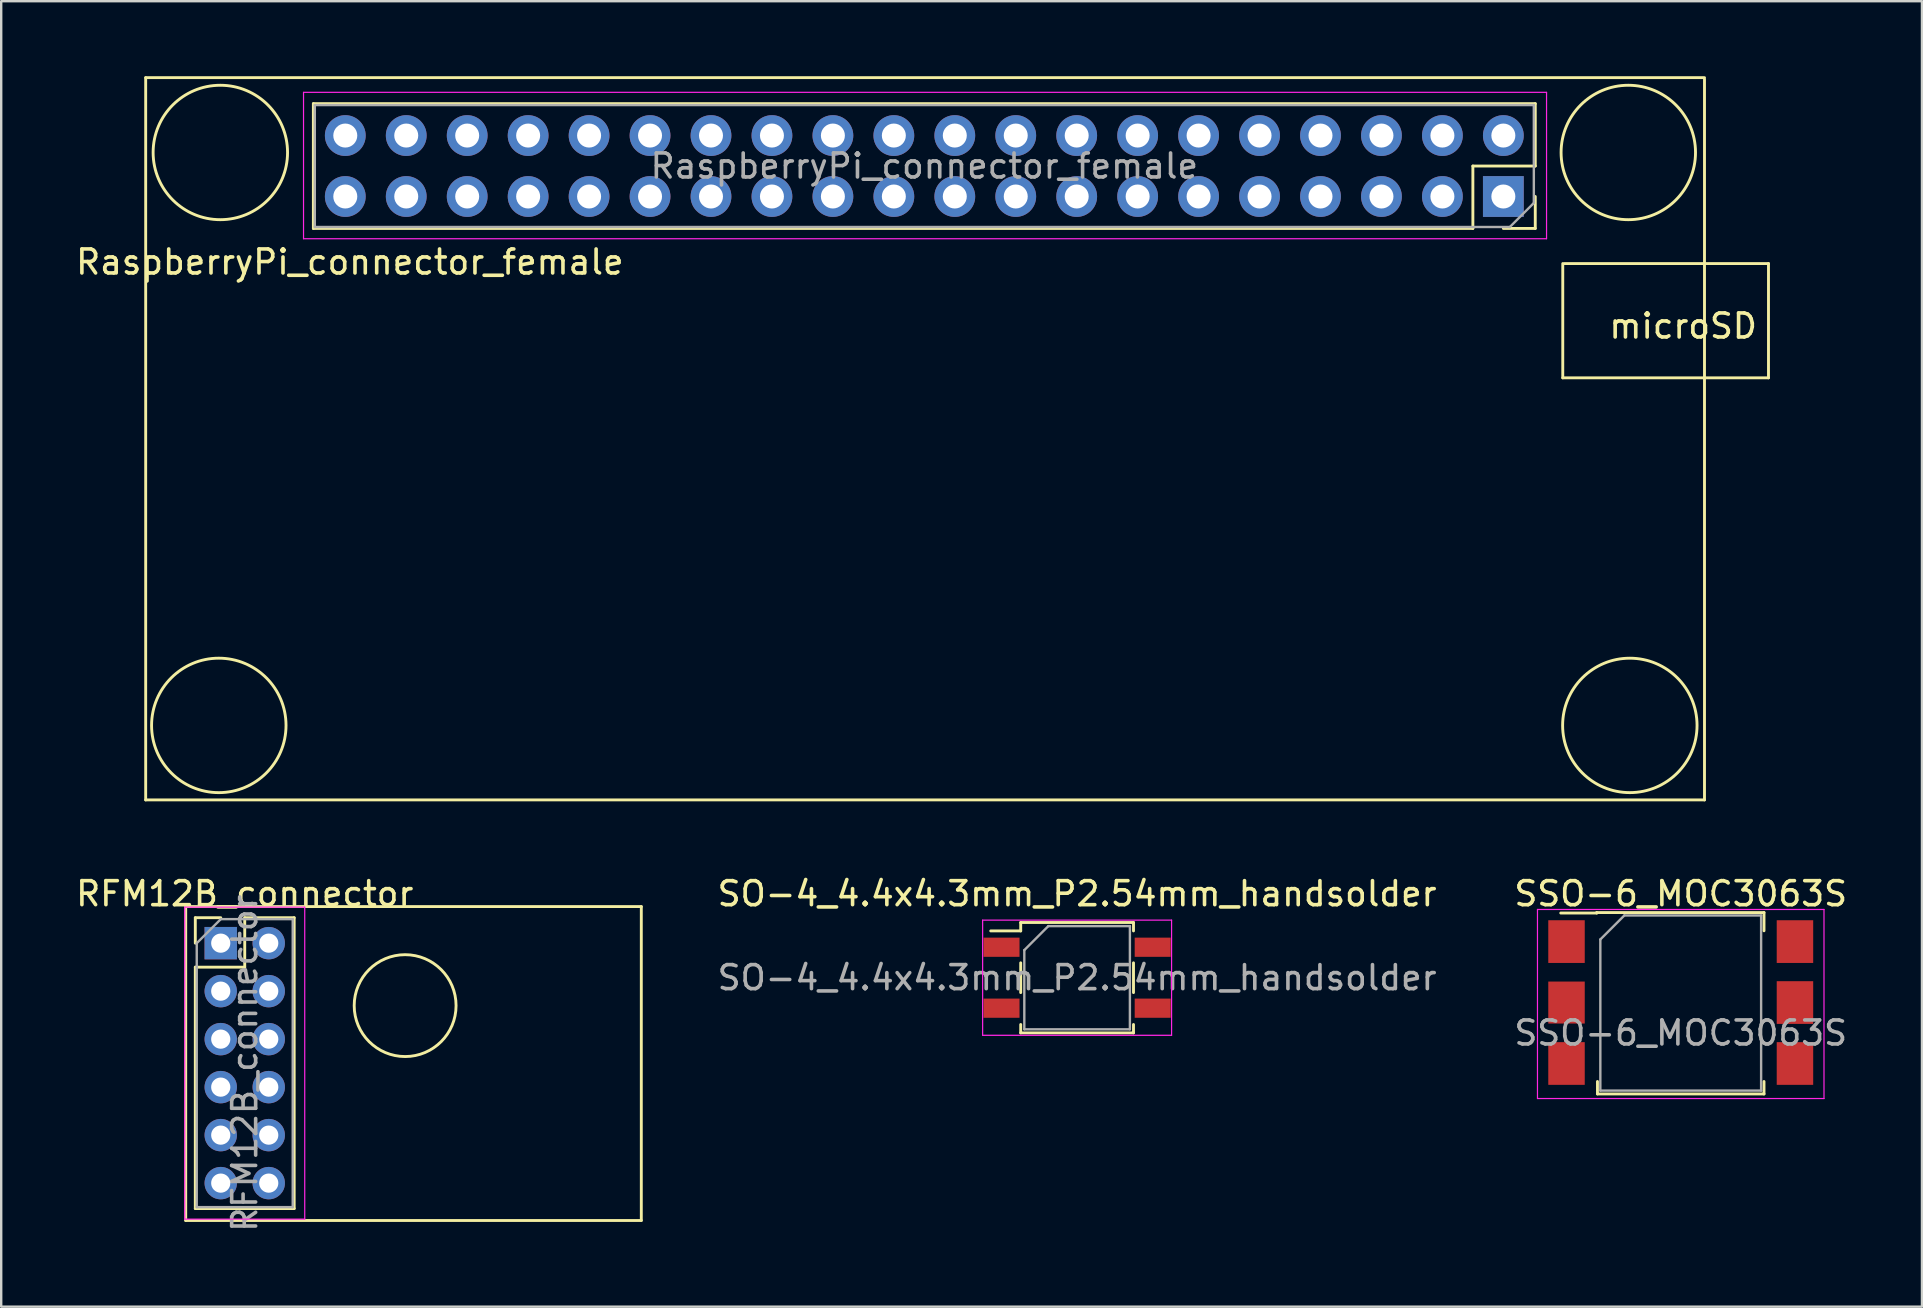
<source format=kicad_pcb>
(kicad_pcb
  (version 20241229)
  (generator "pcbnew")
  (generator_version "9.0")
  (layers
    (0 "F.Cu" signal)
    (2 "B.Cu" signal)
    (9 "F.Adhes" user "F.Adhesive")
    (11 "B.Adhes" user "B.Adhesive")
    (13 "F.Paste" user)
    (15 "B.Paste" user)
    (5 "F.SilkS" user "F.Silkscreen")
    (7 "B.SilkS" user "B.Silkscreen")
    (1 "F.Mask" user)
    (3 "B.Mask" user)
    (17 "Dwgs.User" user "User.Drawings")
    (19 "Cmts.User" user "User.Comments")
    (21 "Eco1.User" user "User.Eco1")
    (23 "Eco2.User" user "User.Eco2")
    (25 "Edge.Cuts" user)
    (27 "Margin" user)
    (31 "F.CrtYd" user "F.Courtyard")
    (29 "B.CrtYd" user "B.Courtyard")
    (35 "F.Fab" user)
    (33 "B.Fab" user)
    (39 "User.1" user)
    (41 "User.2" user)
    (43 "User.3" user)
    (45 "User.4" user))
  (footprint "RFM12B_connector"
    (layer "F.Cu")
    (at 6.149 36.254)
    (property "Reference" "RFM12B_connector" (at 1 -2.06 0) (layer "F.SilkS") (effects (font (size 1 1) (thickness 0.15))))
    (attr through_hole)
    (fp_line (start -1.46 -1.524) (end -1.46 11.557) (stroke (width 0.12) (type solid)) (layer "F.SilkS"))
    (fp_line (start -1.46 11.557) (end 17.526 11.557) (stroke (width 0.12) (type solid)) (layer "F.SilkS"))
    (fp_line (start -1.06 -1.06) (end 0 -1.06) (stroke (width 0.12) (type solid)) (layer "F.SilkS"))
    (fp_line (start -1.06 0) (end -1.06 -1.06) (stroke (width 0.12) (type solid)) (layer "F.SilkS"))
    (fp_line (start -1.06 1) (end -1.06 11.06) (stroke (width 0.12) (type solid)) (layer "F.SilkS"))
    (fp_line (start -1.06 1) (end 1 1) (stroke (width 0.12) (type solid)) (layer "F.SilkS"))
    (fp_line (start -1.06 11.06) (end 3.06 11.06) (stroke (width 0.12) (type solid)) (layer "F.SilkS"))
    (fp_line (start 1 -1.06) (end 3.06 -1.06) (stroke (width 0.12) (type solid)) (layer "F.SilkS"))
    (fp_line (start 1 1) (end 1 -1.06) (stroke (width 0.12) (type solid)) (layer "F.SilkS"))
    (fp_line (start 3.06 -1.06) (end 3.06 11.06) (stroke (width 0.12) (type solid)) (layer "F.SilkS"))
    (fp_line (start 17.526 -1.524) (end -1.46 -1.524) (stroke (width 0.12) (type solid)) (layer "F.SilkS"))
    (fp_line (start 17.526 11.557) (end 17.526 -1.524) (stroke (width 0.12) (type solid)) (layer "F.SilkS"))
    (fp_circle (center 7.684 2.603) (end 9.335 3.937) (stroke (width 0.12) (type solid)) (fill no) (layer "F.SilkS"))
    (fp_line (start -1.5 -1.5) (end -1.5 11.5) (stroke (width 0.05) (type solid)) (layer "F.CrtYd"))
    (fp_line (start -1.5 11.5) (end 3.5 11.5) (stroke (width 0.05) (type solid)) (layer "F.CrtYd"))
    (fp_line (start 3.5 -1.5) (end -1.5 -1.5) (stroke (width 0.05) (type solid)) (layer "F.CrtYd"))
    (fp_line (start 3.5 11.5) (end 3.5 -1.5) (stroke (width 0.05) (type solid)) (layer "F.CrtYd"))
    (fp_line (start -1 0) (end 0 -1) (stroke (width 0.1) (type solid)) (layer "F.Fab"))
    (fp_line (start -1 11) (end -1 0) (stroke (width 0.1) (type solid)) (layer "F.Fab"))
    (fp_line (start 0 -1) (end 3 -1) (stroke (width 0.1) (type solid)) (layer "F.Fab"))
    (fp_line (start 3 -1) (end 3 11) (stroke (width 0.1) (type solid)) (layer "F.Fab"))
    (fp_line (start 3 11) (end -1 11) (stroke (width 0.1) (type solid)) (layer "F.Fab"))
    (fp_text user "${REFERENCE}" (at 1 5 90) (layer "F.Fab") (effects (font (size 1 1) (thickness 0.15))))
    (pad "1" thru_hole rect (at 0 0) (size 1.35 1.35) (drill 0.8) (layers "*.Cu" "*.Mask"))
    (pad "2" thru_hole oval (at 2 0) (size 1.35 1.35) (drill 0.8) (layers "*.Cu" "*.Mask"))
    (pad "3" thru_hole oval (at 0 2) (size 1.35 1.35) (drill 0.8) (layers "*.Cu" "*.Mask"))
    (pad "4" thru_hole oval (at 2 2) (size 1.35 1.35) (drill 0.8) (layers "*.Cu" "*.Mask"))
    (pad "5" thru_hole oval (at 0 4) (size 1.35 1.35) (drill 0.8) (layers "*.Cu" "*.Mask"))
    (pad "6" thru_hole oval (at 2 4) (size 1.35 1.35) (drill 0.8) (layers "*.Cu" "*.Mask"))
    (pad "7" thru_hole oval (at 0 6) (size 1.35 1.35) (drill 0.8) (layers "*.Cu" "*.Mask"))
    (pad "8" thru_hole oval (at 2 6) (size 1.35 1.35) (drill 0.8) (layers "*.Cu" "*.Mask"))
    (pad "9" thru_hole oval (at 0 8) (size 1.35 1.35) (drill 0.8) (layers "*.Cu" "*.Mask"))
    (pad "10" thru_hole oval (at 2 8) (size 1.35 1.35) (drill 0.8) (layers "*.Cu" "*.Mask"))
    (pad "11" thru_hole oval (at 0 10) (size 1.35 1.35) (drill 0.8) (layers "*.Cu" "*.Mask"))
    (pad "12" thru_hole oval (at 2 10) (size 1.35 1.35) (drill 0.8) (layers "*.Cu" "*.Mask")))
  (footprint "RaspberryPi_connector_female"
    (layer "F.Cu")
    (at 2.957 0.25)
    (property "Reference" "RaspberryPi_connector_female" (at 8.572 7.62 0) (layer "F.SilkS") (effects (font (size 1 1) (thickness 0.15))))
    (attr through_hole)
    (fp_line (start 0.064 -0.064) (end 65.024 -0.064) (stroke (width 0.12) (type solid)) (layer "F.SilkS"))
    (fp_line (start 0.064 30.035) (end 0.064 -0.064) (stroke (width 0.12) (type solid)) (layer "F.SilkS"))
    (fp_line (start 7.052 1.02) (end 7.052 6.22) (stroke (width 0.12) (type solid)) (layer "F.SilkS"))
    (fp_line (start 55.372 3.619) (end 55.372 6.22) (stroke (width 0.12) (type solid)) (layer "F.SilkS"))
    (fp_line (start 55.372 6.22) (end 7.052 6.22) (stroke (width 0.12) (type solid)) (layer "F.SilkS"))
    (fp_line (start 57.972 1.02) (end 7.052 1.02) (stroke (width 0.12) (type solid)) (layer "F.SilkS"))
    (fp_line (start 57.972 1.02) (end 57.972 3.619) (stroke (width 0.12) (type solid)) (layer "F.SilkS"))
    (fp_line (start 57.972 3.619) (end 55.372 3.619) (stroke (width 0.12) (type solid)) (layer "F.SilkS"))
    (fp_line (start 57.972 4.889) (end 57.972 6.22) (stroke (width 0.12) (type solid)) (layer "F.SilkS"))
    (fp_line (start 57.972 6.22) (end 56.642 6.22) (stroke (width 0.12) (type solid)) (layer "F.SilkS"))
    (fp_line (start 59.118 12.446) (end 59.118 7.684) (stroke (width 0.12) (type solid)) (layer "F.SilkS"))
    (fp_line (start 59.182 7.684) (end 67.691 7.684) (stroke (width 0.12) (type solid)) (layer "F.SilkS"))
    (fp_line (start 65.024 0) (end 65.024 30.035) (stroke (width 0.12) (type solid)) (layer "F.SilkS"))
    (fp_line (start 65.024 30.035) (end 0.064 30.035) (stroke (width 0.12) (type solid)) (layer "F.SilkS"))
    (fp_line (start 67.691 7.684) (end 67.691 12.446) (stroke (width 0.12) (type solid)) (layer "F.SilkS"))
    (fp_line (start 67.691 12.446) (end 59.118 12.446) (stroke (width 0.12) (type solid)) (layer "F.SilkS"))
    (fp_circle (center 3.111 26.93) (end 4.636 29.28) (stroke (width 0.12) (type solid)) (fill no) (layer "F.SilkS"))
    (fp_circle (center 3.175 3.054) (end 4.699 5.404) (stroke (width 0.12) (type solid)) (fill no) (layer "F.SilkS"))
    (fp_circle (center 61.849 3.054) (end 63.373 5.404) (stroke (width 0.12) (type solid)) (fill no) (layer "F.SilkS"))
    (fp_circle (center 61.913 26.93) (end 63.437 29.28) (stroke (width 0.12) (type solid)) (fill no) (layer "F.SilkS"))
    (fp_line (start 6.642 0.549) (end 58.442 0.549) (stroke (width 0.05) (type solid)) (layer "F.CrtYd"))
    (fp_line (start 6.642 6.649) (end 6.642 0.549) (stroke (width 0.05) (type solid)) (layer "F.CrtYd"))
    (fp_line (start 58.442 0.549) (end 58.442 6.649) (stroke (width 0.05) (type solid)) (layer "F.CrtYd"))
    (fp_line (start 58.442 6.649) (end 6.642 6.649) (stroke (width 0.05) (type solid)) (layer "F.CrtYd"))
    (fp_line (start 7.112 1.079) (end 57.912 1.079) (stroke (width 0.1) (type solid)) (layer "F.Fab"))
    (fp_line (start 7.112 6.16) (end 7.112 1.079) (stroke (width 0.1) (type solid)) (layer "F.Fab"))
    (fp_line (start 56.912 6.16) (end 7.112 6.16) (stroke (width 0.1) (type solid)) (layer "F.Fab"))
    (fp_line (start 57.912 1.079) (end 57.912 5.16) (stroke (width 0.1) (type solid)) (layer "F.Fab"))
    (fp_line (start 57.912 5.16) (end 56.912 6.16) (stroke (width 0.1) (type solid)) (layer "F.Fab"))
    (fp_text user "microSD" (at 64.135 10.287 0) (layer "F.SilkS") (effects (font (size 1 1) (thickness 0.15))))
    (fp_text user "${REFERENCE}" (at 32.512 3.619 0) (layer "F.Fab") (effects (font (size 1 1) (thickness 0.15))))
    (pad "1" thru_hole rect (at 56.642 4.889 270) (size 1.7 1.7) (drill 1) (layers "*.Cu" "*.Mask"))
    (pad "2" thru_hole oval (at 56.642 2.349 270) (size 1.7 1.7) (drill 1) (layers "*.Cu" "*.Mask"))
    (pad "3" thru_hole oval (at 54.102 4.889 270) (size 1.7 1.7) (drill 1) (layers "*.Cu" "*.Mask"))
    (pad "4" thru_hole oval (at 54.102 2.349 270) (size 1.7 1.7) (drill 1) (layers "*.Cu" "*.Mask"))
    (pad "5" thru_hole oval (at 51.562 4.889 270) (size 1.7 1.7) (drill 1) (layers "*.Cu" "*.Mask"))
    (pad "6" thru_hole oval (at 51.562 2.349 270) (size 1.7 1.7) (drill 1) (layers "*.Cu" "*.Mask"))
    (pad "7" thru_hole oval (at 49.022 4.889 270) (size 1.7 1.7) (drill 1) (layers "*.Cu" "*.Mask"))
    (pad "8" thru_hole oval (at 49.022 2.349 270) (size 1.7 1.7) (drill 1) (layers "*.Cu" "*.Mask"))
    (pad "9" thru_hole oval (at 46.482 4.889 270) (size 1.7 1.7) (drill 1) (layers "*.Cu" "*.Mask"))
    (pad "10" thru_hole oval (at 46.482 2.349 270) (size 1.7 1.7) (drill 1) (layers "*.Cu" "*.Mask"))
    (pad "11" thru_hole oval (at 43.942 4.889 270) (size 1.7 1.7) (drill 1) (layers "*.Cu" "*.Mask"))
    (pad "12" thru_hole oval (at 43.942 2.349 270) (size 1.7 1.7) (drill 1) (layers "*.Cu" "*.Mask"))
    (pad "13" thru_hole oval (at 41.402 4.889 270) (size 1.7 1.7) (drill 1) (layers "*.Cu" "*.Mask"))
    (pad "14" thru_hole oval (at 41.402 2.349 270) (size 1.7 1.7) (drill 1) (layers "*.Cu" "*.Mask"))
    (pad "15" thru_hole oval (at 38.862 4.889 270) (size 1.7 1.7) (drill 1) (layers "*.Cu" "*.Mask"))
    (pad "16" thru_hole oval (at 38.862 2.349 270) (size 1.7 1.7) (drill 1) (layers "*.Cu" "*.Mask"))
    (pad "17" thru_hole oval (at 36.322 4.889 270) (size 1.7 1.7) (drill 1) (layers "*.Cu" "*.Mask"))
    (pad "18" thru_hole oval (at 36.322 2.349 270) (size 1.7 1.7) (drill 1) (layers "*.Cu" "*.Mask"))
    (pad "19" thru_hole oval (at 33.782 4.889 270) (size 1.7 1.7) (drill 1) (layers "*.Cu" "*.Mask"))
    (pad "20" thru_hole oval (at 33.782 2.349 270) (size 1.7 1.7) (drill 1) (layers "*.Cu" "*.Mask"))
    (pad "21" thru_hole oval (at 31.242 4.889 270) (size 1.7 1.7) (drill 1) (layers "*.Cu" "*.Mask"))
    (pad "22" thru_hole oval (at 31.242 2.349 270) (size 1.7 1.7) (drill 1) (layers "*.Cu" "*.Mask"))
    (pad "23" thru_hole oval (at 28.702 4.889 270) (size 1.7 1.7) (drill 1) (layers "*.Cu" "*.Mask"))
    (pad "24" thru_hole oval (at 28.702 2.349 270) (size 1.7 1.7) (drill 1) (layers "*.Cu" "*.Mask"))
    (pad "25" thru_hole oval (at 26.162 4.889 270) (size 1.7 1.7) (drill 1) (layers "*.Cu" "*.Mask"))
    (pad "26" thru_hole oval (at 26.162 2.349 270) (size 1.7 1.7) (drill 1) (layers "*.Cu" "*.Mask"))
    (pad "27" thru_hole oval (at 23.622 4.889 270) (size 1.7 1.7) (drill 1) (layers "*.Cu" "*.Mask"))
    (pad "28" thru_hole oval (at 23.622 2.349 270) (size 1.7 1.7) (drill 1) (layers "*.Cu" "*.Mask"))
    (pad "29" thru_hole oval (at 21.082 4.889 270) (size 1.7 1.7) (drill 1) (layers "*.Cu" "*.Mask"))
    (pad "30" thru_hole oval (at 21.082 2.349 270) (size 1.7 1.7) (drill 1) (layers "*.Cu" "*.Mask"))
    (pad "31" thru_hole oval (at 18.542 4.889 270) (size 1.7 1.7) (drill 1) (layers "*.Cu" "*.Mask"))
    (pad "32" thru_hole oval (at 18.542 2.349 270) (size 1.7 1.7) (drill 1) (layers "*.Cu" "*.Mask"))
    (pad "33" thru_hole oval (at 16.002 4.889 270) (size 1.7 1.7) (drill 1) (layers "*.Cu" "*.Mask"))
    (pad "34" thru_hole oval (at 16.002 2.349 270) (size 1.7 1.7) (drill 1) (layers "*.Cu" "*.Mask"))
    (pad "35" thru_hole oval (at 13.462 4.889 270) (size 1.7 1.7) (drill 1) (layers "*.Cu" "*.Mask"))
    (pad "36" thru_hole oval (at 13.462 2.349 270) (size 1.7 1.7) (drill 1) (layers "*.Cu" "*.Mask"))
    (pad "37" thru_hole oval (at 10.922 4.889 270) (size 1.7 1.7) (drill 1) (layers "*.Cu" "*.Mask"))
    (pad "38" thru_hole oval (at 10.922 2.349 270) (size 1.7 1.7) (drill 1) (layers "*.Cu" "*.Mask"))
    (pad "39" thru_hole oval (at 8.382 4.889 270) (size 1.7 1.7) (drill 1) (layers "*.Cu" "*.Mask"))
    (pad "40" thru_hole oval (at 8.382 2.349 270) (size 1.7 1.7) (drill 1) (layers "*.Cu" "*.Mask")))
  (footprint "SSO-6_MOC3063S"
    (layer "F.Cu")
    (at 66.991 39.999)
    (property "Reference" "SSO-6_MOC3063S" (at 0 -5.805 0) (layer "F.SilkS") (effects (font (size 1 1) (thickness 0.15))))
    (attr smd)
    (fp_line (start -3.5 -5.02) (end -3.5 -5) (stroke (width 0.12) (type solid)) (layer "F.SilkS"))
    (fp_line (start -3.5 -5) (end -5 -5) (stroke (width 0.12) (type solid)) (layer "F.SilkS"))
    (fp_line (start -3.47 2.02) (end -3.47 2.54) (stroke (width 0.12) (type solid)) (layer "F.SilkS"))
    (fp_line (start -3.47 2.54) (end 3.47 2.54) (stroke (width 0.12) (type solid)) (layer "F.SilkS"))
    (fp_line (start 3.47 -5.02) (end -3.5 -5.02) (stroke (width 0.12) (type solid)) (layer "F.SilkS"))
    (fp_line (start 3.47 -4.26) (end 3.47 -5.02) (stroke (width 0.12) (type solid)) (layer "F.SilkS"))
    (fp_line (start 3.47 2.54) (end 3.47 2.02) (stroke (width 0.12) (type solid)) (layer "F.SilkS"))
    (fp_line (start -5.97 -5.15) (end -5.97 2.731) (stroke (width 0.05) (type solid)) (layer "F.CrtYd"))
    (fp_line (start -5.97 -5.15) (end 5.97 -5.15) (stroke (width 0.05) (type solid)) (layer "F.CrtYd"))
    (fp_line (start 5.97 2.731) (end 5.97 -5.15) (stroke (width 0.05) (type solid)) (layer "F.CrtYd"))
    (fp_line (start 5.971 2.731) (end -5.969 2.731) (stroke (width 0.05) (type solid)) (layer "F.CrtYd"))
    (fp_line (start -3.35 -3.9) (end -3.35 2.4) (stroke (width 0.1) (type solid)) (layer "F.Fab"))
    (fp_line (start -3.35 2.4) (end 3.35 2.4) (stroke (width 0.1) (type solid)) (layer "F.Fab"))
    (fp_line (start -2.35 -4.9) (end -3.35 -3.9) (stroke (width 0.1) (type solid)) (layer "F.Fab"))
    (fp_line (start 3.35 -4.9) (end -2.35 -4.9) (stroke (width 0.1) (type solid)) (layer "F.Fab"))
    (fp_line (start 3.35 2.4) (end 3.35 -4.9) (stroke (width 0.1) (type solid)) (layer "F.Fab"))
    (fp_text user "${REFERENCE}" (at 0 0 0) (layer "F.Fab") (effects (font (size 1 1) (thickness 0.15))))
    (pad "1" smd rect (at -4.76 -3.81) (size 1.52 1.78) (layers "F.Cu" "F.Mask" "F.Paste"))
    (pad "2" smd rect (at -4.76 -1.27) (size 1.52 1.75) (layers "F.Cu" "F.Mask" "F.Paste"))
    (pad "3" smd rect (at -4.76 1.27) (size 1.52 1.78) (layers "F.Cu" "F.Mask" "F.Paste"))
    (pad "4" smd rect (at 4.76 1.27) (size 1.52 1.78) (layers "F.Cu" "F.Mask" "F.Paste"))
    (pad "5" smd rect (at 4.76 -1.27) (size 1.52 1.78) (layers "F.Cu" "F.Mask" "F.Paste"))
    (pad "6" smd rect (at 4.76 -3.81) (size 1.52 1.78) (layers "F.Cu" "F.Mask" "F.Paste")))
  (footprint "SO-4_4.4x4.3mm_P2.54mm_handsolder"
    (layer "F.Cu")
    (at 41.836 37.694)
    (property "Reference" "SO-4_4.4x4.3mm_P2.54mm_handsolder" (at 0 -3.5 0) (layer "F.SilkS") (effects (font (size 1 1) (thickness 0.15))))
    (attr smd)
    (fp_line (start -2.35 -2.3) (end 2.35 -2.3) (stroke (width 0.12) (type solid)) (layer "F.SilkS"))
    (fp_line (start -2.35 -1.95) (end -3.6 -1.95) (stroke (width 0.12) (type solid)) (layer "F.SilkS"))
    (fp_line (start -2.35 -1.95) (end -2.35 -2.3) (stroke (width 0.12) (type solid)) (layer "F.SilkS"))
    (fp_line (start -2.35 0.62) (end -2.35 -0.62) (stroke (width 0.12) (type solid)) (layer "F.SilkS"))
    (fp_line (start -2.35 1.95) (end -2.35 2.3) (stroke (width 0.12) (type solid)) (layer "F.SilkS"))
    (fp_line (start -2.35 2.3) (end 2.35 2.3) (stroke (width 0.12) (type solid)) (layer "F.SilkS"))
    (fp_line (start 2.35 -2.3) (end 2.35 -1.95) (stroke (width 0.12) (type solid)) (layer "F.SilkS"))
    (fp_line (start 2.35 0.62) (end 2.35 -0.62) (stroke (width 0.12) (type solid)) (layer "F.SilkS"))
    (fp_line (start 2.35 2.3) (end 2.35 1.95) (stroke (width 0.12) (type solid)) (layer "F.SilkS"))
    (fp_line (start -3.937 -2.4) (end 3.937 -2.4) (stroke (width 0.05) (type solid)) (layer "F.CrtYd"))
    (fp_line (start -3.937 2.4) (end -3.937 -2.4) (stroke (width 0.05) (type solid)) (layer "F.CrtYd"))
    (fp_line (start 3.937 -2.4) (end 3.937 2.4) (stroke (width 0.05) (type solid)) (layer "F.CrtYd"))
    (fp_line (start 3.937 2.4) (end -3.937 2.4) (stroke (width 0.05) (type solid)) (layer "F.CrtYd"))
    (fp_line (start -2.2 -1.15) (end -1.2 -2.15) (stroke (width 0.1) (type solid)) (layer "F.Fab"))
    (fp_line (start -2.2 2.15) (end -2.2 -1.15) (stroke (width 0.1) (type solid)) (layer "F.Fab"))
    (fp_line (start -2.2 2.15) (end 2.2 2.15) (stroke (width 0.1) (type solid)) (layer "F.Fab"))
    (fp_line (start -1.2 -2.15) (end 2.2 -2.15) (stroke (width 0.1) (type solid)) (layer "F.Fab"))
    (fp_line (start 2.2 2.15) (end 2.2 -2.15) (stroke (width 0.1) (type solid)) (layer "F.Fab"))
    (fp_text user "${REFERENCE}" (at 0 0 0) (layer "F.Fab") (effects (font (size 1 1) (thickness 0.15))))
    (pad "1" smd rect (at -3.15 -1.27 270) (size 0.8 1.5) (layers "F.Cu" "F.Mask" "F.Paste"))
    (pad "2" smd rect (at -3.15 1.27 270) (size 0.8 1.5) (layers "F.Cu" "F.Mask" "F.Paste"))
    (pad "3" smd rect (at 3.15 1.27 270) (size 0.8 1.5) (layers "F.Cu" "F.Mask" "F.Paste"))
    (pad "4" smd rect (at 3.15 -1.27 270) (size 0.8 1.5) (layers "F.Cu" "F.Mask" "F.Paste")))
  (gr_rect
    (start -3 -3)
    (end 77.044 51.403)
    (stroke (width 0.1) (type default))
    (fill no)
    (layer "Edge.Cuts")))
</source>
